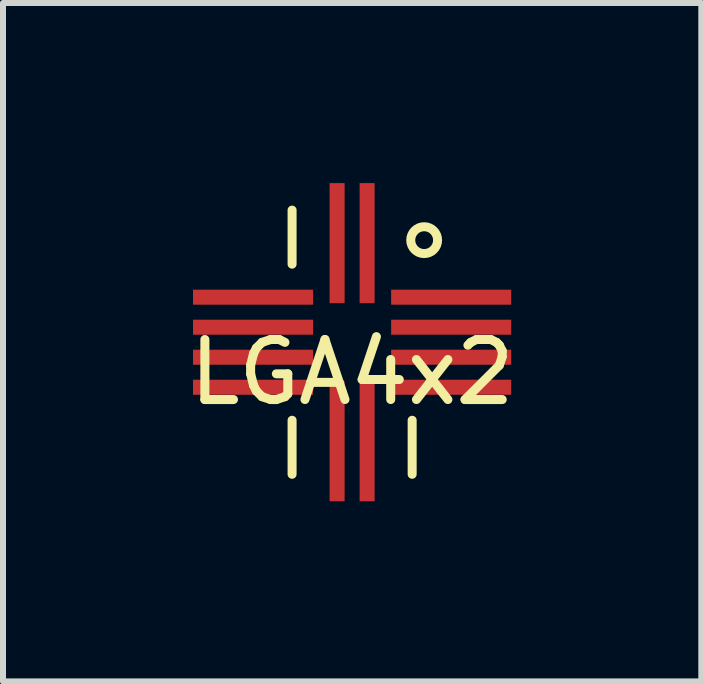
<source format=kicad_pcb>
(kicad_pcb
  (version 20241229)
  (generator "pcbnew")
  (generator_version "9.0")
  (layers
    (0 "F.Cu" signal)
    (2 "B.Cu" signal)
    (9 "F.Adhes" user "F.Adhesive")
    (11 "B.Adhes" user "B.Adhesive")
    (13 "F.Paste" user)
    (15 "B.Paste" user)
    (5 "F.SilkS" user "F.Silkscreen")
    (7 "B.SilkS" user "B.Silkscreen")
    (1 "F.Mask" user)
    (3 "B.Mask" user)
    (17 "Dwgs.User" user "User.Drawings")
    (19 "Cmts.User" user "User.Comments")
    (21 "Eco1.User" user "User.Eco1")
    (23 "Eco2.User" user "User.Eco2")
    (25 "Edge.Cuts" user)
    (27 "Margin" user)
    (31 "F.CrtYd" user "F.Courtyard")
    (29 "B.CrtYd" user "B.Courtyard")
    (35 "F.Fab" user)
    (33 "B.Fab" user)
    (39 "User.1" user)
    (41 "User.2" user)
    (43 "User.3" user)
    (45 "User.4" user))
  (footprint "LGA4x2"
    (layer "F.Cu")
    (at 2.815 2.65)
    (property "Reference" "LGA4x2" (at 0 0.5 0) (layer "F.SilkS") (effects (font (size 1 1) (thickness 0.15))))
    (attr through_hole)
    (fp_line (start -1 -1.3) (end -1 -2.2) (stroke (width 0.15) (type solid)) (layer "F.SilkS"))
    (fp_line (start -1 1.3) (end -1 2.2) (stroke (width 0.15) (type solid)) (layer "F.SilkS"))
    (fp_line (start 1 1.3) (end 1 2.2) (stroke (width 0.15) (type solid)) (layer "F.SilkS"))
    (fp_circle (center 1.2 -1.7) (end 1.1 -1.9) (stroke (width 0.15) (type solid)) (fill no) (layer "F.SilkS"))
    (pad "1" smd rect (at 1.65 -0.75) (size 2 0.25) (layers "F.Cu" "F.Mask" "F.Paste"))
    (pad "2" smd rect (at 1.65 -0.25) (size 2 0.25) (layers "F.Cu" "F.Mask" "F.Paste"))
    (pad "3" smd rect (at 1.65 0.25) (size 2 0.25) (layers "F.Cu" "F.Mask" "F.Paste"))
    (pad "4" smd rect (at 1.65 0.75) (size 2 0.25) (layers "F.Cu" "F.Mask" "F.Paste"))
    (pad "5" smd rect (at 0.25 1.65) (size 0.25 2) (layers "F.Cu" "F.Mask" "F.Paste"))
    (pad "6" smd rect (at -0.25 1.65) (size 0.25 2) (layers "F.Cu" "F.Mask" "F.Paste"))
    (pad "7" smd rect (at -1.65 0.75) (size 2 0.25) (layers "F.Cu" "F.Mask" "F.Paste"))
    (pad "8" smd rect (at -1.65 0.25) (size 2 0.25) (layers "F.Cu" "F.Mask" "F.Paste"))
    (pad "9" smd rect (at -1.65 -0.25) (size 2 0.25) (layers "F.Cu" "F.Mask" "F.Paste"))
    (pad "10" smd rect (at -1.65 -0.75) (size 2 0.25) (layers "F.Cu" "F.Mask" "F.Paste"))
    (pad "11" smd rect (at -0.25 -1.65) (size 0.25 2) (layers "F.Cu" "F.Mask" "F.Paste"))
    (pad "12" smd rect (at 0.25 -1.65) (size 0.25 2) (layers "F.Cu" "F.Mask" "F.Paste")))
  (gr_rect
    (start -3 -3)
    (end 8.631 8.3)
    (stroke (width 0.1) (type default))
    (fill no)
    (layer "Edge.Cuts")))
</source>
